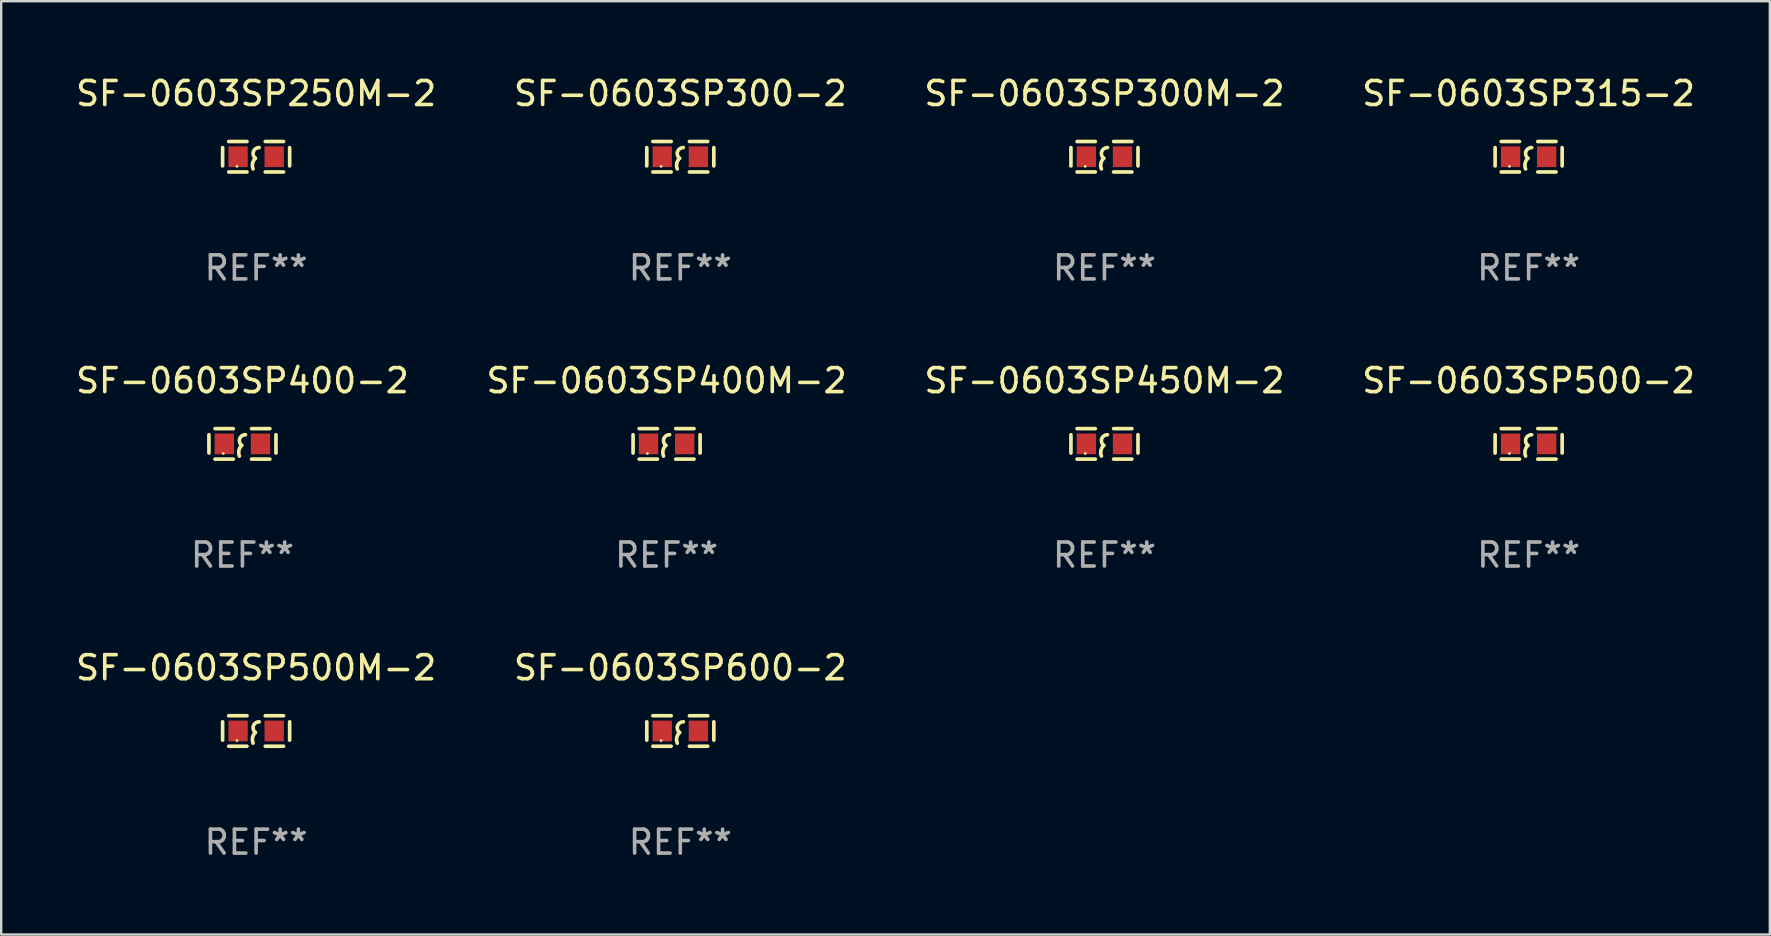
<source format=kicad_pcb>
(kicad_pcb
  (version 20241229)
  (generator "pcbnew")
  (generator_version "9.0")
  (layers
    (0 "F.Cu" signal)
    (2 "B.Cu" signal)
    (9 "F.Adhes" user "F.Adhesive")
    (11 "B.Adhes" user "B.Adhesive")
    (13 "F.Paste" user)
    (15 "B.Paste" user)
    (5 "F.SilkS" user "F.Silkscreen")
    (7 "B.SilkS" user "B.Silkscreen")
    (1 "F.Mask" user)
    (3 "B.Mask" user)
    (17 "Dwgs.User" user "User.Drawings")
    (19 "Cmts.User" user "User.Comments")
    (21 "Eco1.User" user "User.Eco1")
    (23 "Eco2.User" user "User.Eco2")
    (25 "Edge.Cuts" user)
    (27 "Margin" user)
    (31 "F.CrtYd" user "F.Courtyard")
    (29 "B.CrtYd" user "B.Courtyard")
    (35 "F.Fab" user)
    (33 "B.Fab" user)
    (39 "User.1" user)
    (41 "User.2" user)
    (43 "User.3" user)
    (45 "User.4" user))
  (footprint "SF-0603SP315-2"
    (layer "F.Cu")
    (at 60.661 3.483)
    (property "Reference" "SF-0603SP315-2" (at 0 -2.635 0) (layer "F.SilkS") (effects (font (size 1 1) (thickness 0.15))))
    (attr through_hole)
    (fp_line (start -1.397 -0.381) (end -1.397 0.381) (stroke (width 0.152) (type solid)) (layer "F.SilkS"))
    (fp_line (start -0.381 -0.635) (end -1.143 -0.635) (stroke (width 0.152) (type solid)) (layer "F.SilkS"))
    (fp_line (start -0.381 0.635) (end -1.143 0.635) (stroke (width 0.152) (type solid)) (layer "F.SilkS"))
    (fp_line (start 0.381 -0.635) (end 1.143 -0.635) (stroke (width 0.152) (type solid)) (layer "F.SilkS"))
    (fp_line (start 0.381 0.635) (end 1.143 0.635) (stroke (width 0.152) (type solid)) (layer "F.SilkS"))
    (fp_line (start 1.397 -0.381) (end 1.397 0.381) (stroke (width 0.152) (type solid)) (layer "F.SilkS"))
    (fp_arc (start -0.127 0.508001) (mid -0.146523 0.271131) (end -0.030861 0.0635) (stroke (width 0.151994) (type solid)) (layer "F.SilkS"))
    (fp_arc (start -0.03175 0.0635) (mid -0.113571 -0.216321) (end 0.127001 -0.381002) (stroke (width 0.151994) (type solid)) (layer "F.SilkS"))
    (fp_circle (center -0.8 0.4) (end -0.77 0.4) (stroke (width 0.06) (type solid)) (fill no) (layer "F.SilkS"))
    (fp_text user "REF**" (at 0 4.635 0) (layer "F.Fab") (effects (font (size 1 1) (thickness 0.15))))
    (pad "1" smd rect (at -0.753 0) (size 0.806 0.864) (layers "F.Cu" "F.Mask" "F.Paste"))
    (pad "2" smd rect (at 0.753 0) (size 0.806 0.864) (layers "F.Cu" "F.Mask" "F.Paste")))
  (footprint "SF-0603SP600-2"
    (layer "F.Cu")
    (at 25.304 27.416)
    (property "Reference" "SF-0603SP600-2" (at 0 -2.635 0) (layer "F.SilkS") (effects (font (size 1 1) (thickness 0.15))))
    (attr through_hole)
    (fp_line (start -1.397 -0.381) (end -1.397 0.381) (stroke (width 0.152) (type solid)) (layer "F.SilkS"))
    (fp_line (start -0.381 -0.635) (end -1.143 -0.635) (stroke (width 0.152) (type solid)) (layer "F.SilkS"))
    (fp_line (start -0.381 0.635) (end -1.143 0.635) (stroke (width 0.152) (type solid)) (layer "F.SilkS"))
    (fp_line (start 0.381 -0.635) (end 1.143 -0.635) (stroke (width 0.152) (type solid)) (layer "F.SilkS"))
    (fp_line (start 0.381 0.635) (end 1.143 0.635) (stroke (width 0.152) (type solid)) (layer "F.SilkS"))
    (fp_line (start 1.397 -0.381) (end 1.397 0.381) (stroke (width 0.152) (type solid)) (layer "F.SilkS"))
    (fp_arc (start -0.127 0.508001) (mid -0.146523 0.271131) (end -0.030861 0.0635) (stroke (width 0.151994) (type solid)) (layer "F.SilkS"))
    (fp_arc (start -0.03175 0.0635) (mid -0.113571 -0.216321) (end 0.127001 -0.381002) (stroke (width 0.151994) (type solid)) (layer "F.SilkS"))
    (fp_circle (center -0.8 0.4) (end -0.77 0.4) (stroke (width 0.06) (type solid)) (fill no) (layer "F.SilkS"))
    (fp_text user "REF**" (at 0 4.635 0) (layer "F.Fab") (effects (font (size 1 1) (thickness 0.15))))
    (pad "1" smd rect (at -0.753 0) (size 0.806 0.864) (layers "F.Cu" "F.Mask" "F.Paste"))
    (pad "2" smd rect (at 0.753 0) (size 0.806 0.864) (layers "F.Cu" "F.Mask" "F.Paste")))
  (footprint "SF-0603SP400M-2"
    (layer "F.Cu")
    (at 24.732 15.45)
    (property "Reference" "SF-0603SP400M-2" (at 0 -2.635 0) (layer "F.SilkS") (effects (font (size 1 1) (thickness 0.15))))
    (attr through_hole)
    (fp_line (start -1.397 -0.381) (end -1.397 0.381) (stroke (width 0.152) (type solid)) (layer "F.SilkS"))
    (fp_line (start -0.381 -0.635) (end -1.143 -0.635) (stroke (width 0.152) (type solid)) (layer "F.SilkS"))
    (fp_line (start -0.381 0.635) (end -1.143 0.635) (stroke (width 0.152) (type solid)) (layer "F.SilkS"))
    (fp_line (start 0.381 -0.635) (end 1.143 -0.635) (stroke (width 0.152) (type solid)) (layer "F.SilkS"))
    (fp_line (start 0.381 0.635) (end 1.143 0.635) (stroke (width 0.152) (type solid)) (layer "F.SilkS"))
    (fp_line (start 1.397 -0.381) (end 1.397 0.381) (stroke (width 0.152) (type solid)) (layer "F.SilkS"))
    (fp_arc (start -0.127 0.508001) (mid -0.146523 0.271131) (end -0.030861 0.0635) (stroke (width 0.151994) (type solid)) (layer "F.SilkS"))
    (fp_arc (start -0.03175 0.0635) (mid -0.113571 -0.216321) (end 0.127001 -0.381002) (stroke (width 0.151994) (type solid)) (layer "F.SilkS"))
    (fp_circle (center -0.8 0.4) (end -0.77 0.4) (stroke (width 0.06) (type solid)) (fill no) (layer "F.SilkS"))
    (fp_text user "REF**" (at 0 4.635 0) (layer "F.Fab") (effects (font (size 1 1) (thickness 0.15))))
    (pad "1" smd rect (at -0.753 0) (size 0.806 0.864) (layers "F.Cu" "F.Mask" "F.Paste"))
    (pad "2" smd rect (at 0.753 0) (size 0.806 0.864) (layers "F.Cu" "F.Mask" "F.Paste")))
  (footprint "SF-0603SP450M-2"
    (layer "F.Cu")
    (at 42.982 15.45)
    (property "Reference" "SF-0603SP450M-2" (at 0 -2.635 0) (layer "F.SilkS") (effects (font (size 1 1) (thickness 0.15))))
    (attr through_hole)
    (fp_line (start -1.397 -0.381) (end -1.397 0.381) (stroke (width 0.152) (type solid)) (layer "F.SilkS"))
    (fp_line (start -0.381 -0.635) (end -1.143 -0.635) (stroke (width 0.152) (type solid)) (layer "F.SilkS"))
    (fp_line (start -0.381 0.635) (end -1.143 0.635) (stroke (width 0.152) (type solid)) (layer "F.SilkS"))
    (fp_line (start 0.381 -0.635) (end 1.143 -0.635) (stroke (width 0.152) (type solid)) (layer "F.SilkS"))
    (fp_line (start 0.381 0.635) (end 1.143 0.635) (stroke (width 0.152) (type solid)) (layer "F.SilkS"))
    (fp_line (start 1.397 -0.381) (end 1.397 0.381) (stroke (width 0.152) (type solid)) (layer "F.SilkS"))
    (fp_arc (start -0.127 0.508001) (mid -0.146523 0.271131) (end -0.030861 0.0635) (stroke (width 0.151994) (type solid)) (layer "F.SilkS"))
    (fp_arc (start -0.03175 0.0635) (mid -0.113571 -0.216321) (end 0.127001 -0.381002) (stroke (width 0.151994) (type solid)) (layer "F.SilkS"))
    (fp_circle (center -0.8 0.4) (end -0.77 0.4) (stroke (width 0.06) (type solid)) (fill no) (layer "F.SilkS"))
    (fp_text user "REF**" (at 0 4.635 0) (layer "F.Fab") (effects (font (size 1 1) (thickness 0.15))))
    (pad "1" smd rect (at -0.753 0) (size 0.806 0.864) (layers "F.Cu" "F.Mask" "F.Paste"))
    (pad "2" smd rect (at 0.753 0) (size 0.806 0.864) (layers "F.Cu" "F.Mask" "F.Paste")))
  (footprint "SF-0603SP300-2"
    (layer "F.Cu")
    (at 25.304 3.483)
    (property "Reference" "SF-0603SP300-2" (at 0 -2.635 0) (layer "F.SilkS") (effects (font (size 1 1) (thickness 0.15))))
    (attr through_hole)
    (fp_line (start -1.397 -0.381) (end -1.397 0.381) (stroke (width 0.152) (type solid)) (layer "F.SilkS"))
    (fp_line (start -0.381 -0.635) (end -1.143 -0.635) (stroke (width 0.152) (type solid)) (layer "F.SilkS"))
    (fp_line (start -0.381 0.635) (end -1.143 0.635) (stroke (width 0.152) (type solid)) (layer "F.SilkS"))
    (fp_line (start 0.381 -0.635) (end 1.143 -0.635) (stroke (width 0.152) (type solid)) (layer "F.SilkS"))
    (fp_line (start 0.381 0.635) (end 1.143 0.635) (stroke (width 0.152) (type solid)) (layer "F.SilkS"))
    (fp_line (start 1.397 -0.381) (end 1.397 0.381) (stroke (width 0.152) (type solid)) (layer "F.SilkS"))
    (fp_arc (start -0.127 0.508001) (mid -0.146523 0.271131) (end -0.030861 0.0635) (stroke (width 0.151994) (type solid)) (layer "F.SilkS"))
    (fp_arc (start -0.03175 0.0635) (mid -0.113571 -0.216321) (end 0.127001 -0.381002) (stroke (width 0.151994) (type solid)) (layer "F.SilkS"))
    (fp_circle (center -0.8 0.4) (end -0.77 0.4) (stroke (width 0.06) (type solid)) (fill no) (layer "F.SilkS"))
    (fp_text user "REF**" (at 0 4.635 0) (layer "F.Fab") (effects (font (size 1 1) (thickness 0.15))))
    (pad "1" smd rect (at -0.753 0) (size 0.806 0.864) (layers "F.Cu" "F.Mask" "F.Paste"))
    (pad "2" smd rect (at 0.753 0) (size 0.806 0.864) (layers "F.Cu" "F.Mask" "F.Paste")))
  (footprint "SF-0603SP400-2"
    (layer "F.Cu")
    (at 7.054 15.45)
    (property "Reference" "SF-0603SP400-2" (at 0 -2.635 0) (layer "F.SilkS") (effects (font (size 1 1) (thickness 0.15))))
    (attr through_hole)
    (fp_line (start -1.397 -0.381) (end -1.397 0.381) (stroke (width 0.152) (type solid)) (layer "F.SilkS"))
    (fp_line (start -0.381 -0.635) (end -1.143 -0.635) (stroke (width 0.152) (type solid)) (layer "F.SilkS"))
    (fp_line (start -0.381 0.635) (end -1.143 0.635) (stroke (width 0.152) (type solid)) (layer "F.SilkS"))
    (fp_line (start 0.381 -0.635) (end 1.143 -0.635) (stroke (width 0.152) (type solid)) (layer "F.SilkS"))
    (fp_line (start 0.381 0.635) (end 1.143 0.635) (stroke (width 0.152) (type solid)) (layer "F.SilkS"))
    (fp_line (start 1.397 -0.381) (end 1.397 0.381) (stroke (width 0.152) (type solid)) (layer "F.SilkS"))
    (fp_arc (start -0.127 0.508001) (mid -0.146523 0.271131) (end -0.030861 0.0635) (stroke (width 0.151994) (type solid)) (layer "F.SilkS"))
    (fp_arc (start -0.03175 0.0635) (mid -0.113571 -0.216321) (end 0.127001 -0.381002) (stroke (width 0.151994) (type solid)) (layer "F.SilkS"))
    (fp_circle (center -0.8 0.4) (end -0.77 0.4) (stroke (width 0.06) (type solid)) (fill no) (layer "F.SilkS"))
    (fp_text user "REF**" (at 0 4.635 0) (layer "F.Fab") (effects (font (size 1 1) (thickness 0.15))))
    (pad "1" smd rect (at -0.753 0) (size 0.806 0.864) (layers "F.Cu" "F.Mask" "F.Paste"))
    (pad "2" smd rect (at 0.753 0) (size 0.806 0.864) (layers "F.Cu" "F.Mask" "F.Paste")))
  (footprint "SF-0603SP300M-2"
    (layer "F.Cu")
    (at 42.982 3.483)
    (property "Reference" "SF-0603SP300M-2" (at 0 -2.635 0) (layer "F.SilkS") (effects (font (size 1 1) (thickness 0.15))))
    (attr through_hole)
    (fp_line (start -1.397 -0.381) (end -1.397 0.381) (stroke (width 0.152) (type solid)) (layer "F.SilkS"))
    (fp_line (start -0.381 -0.635) (end -1.143 -0.635) (stroke (width 0.152) (type solid)) (layer "F.SilkS"))
    (fp_line (start -0.381 0.635) (end -1.143 0.635) (stroke (width 0.152) (type solid)) (layer "F.SilkS"))
    (fp_line (start 0.381 -0.635) (end 1.143 -0.635) (stroke (width 0.152) (type solid)) (layer "F.SilkS"))
    (fp_line (start 0.381 0.635) (end 1.143 0.635) (stroke (width 0.152) (type solid)) (layer "F.SilkS"))
    (fp_line (start 1.397 -0.381) (end 1.397 0.381) (stroke (width 0.152) (type solid)) (layer "F.SilkS"))
    (fp_arc (start -0.127 0.508001) (mid -0.146523 0.271131) (end -0.030861 0.0635) (stroke (width 0.151994) (type solid)) (layer "F.SilkS"))
    (fp_arc (start -0.03175 0.0635) (mid -0.113571 -0.216321) (end 0.127001 -0.381002) (stroke (width 0.151994) (type solid)) (layer "F.SilkS"))
    (fp_circle (center -0.8 0.4) (end -0.77 0.4) (stroke (width 0.06) (type solid)) (fill no) (layer "F.SilkS"))
    (fp_text user "REF**" (at 0 4.635 0) (layer "F.Fab") (effects (font (size 1 1) (thickness 0.15))))
    (pad "1" smd rect (at -0.753 0) (size 0.806 0.864) (layers "F.Cu" "F.Mask" "F.Paste"))
    (pad "2" smd rect (at 0.753 0) (size 0.806 0.864) (layers "F.Cu" "F.Mask" "F.Paste")))
  (footprint "SF-0603SP500-2"
    (layer "F.Cu")
    (at 60.661 15.45)
    (property "Reference" "SF-0603SP500-2" (at 0 -2.635 0) (layer "F.SilkS") (effects (font (size 1 1) (thickness 0.15))))
    (attr through_hole)
    (fp_line (start -1.397 -0.381) (end -1.397 0.381) (stroke (width 0.152) (type solid)) (layer "F.SilkS"))
    (fp_line (start -0.381 -0.635) (end -1.143 -0.635) (stroke (width 0.152) (type solid)) (layer "F.SilkS"))
    (fp_line (start -0.381 0.635) (end -1.143 0.635) (stroke (width 0.152) (type solid)) (layer "F.SilkS"))
    (fp_line (start 0.381 -0.635) (end 1.143 -0.635) (stroke (width 0.152) (type solid)) (layer "F.SilkS"))
    (fp_line (start 0.381 0.635) (end 1.143 0.635) (stroke (width 0.152) (type solid)) (layer "F.SilkS"))
    (fp_line (start 1.397 -0.381) (end 1.397 0.381) (stroke (width 0.152) (type solid)) (layer "F.SilkS"))
    (fp_arc (start -0.127 0.508001) (mid -0.146523 0.271131) (end -0.030861 0.0635) (stroke (width 0.151994) (type solid)) (layer "F.SilkS"))
    (fp_arc (start -0.03175 0.0635) (mid -0.113571 -0.216321) (end 0.127001 -0.381002) (stroke (width 0.151994) (type solid)) (layer "F.SilkS"))
    (fp_circle (center -0.8 0.4) (end -0.77 0.4) (stroke (width 0.06) (type solid)) (fill no) (layer "F.SilkS"))
    (fp_text user "REF**" (at 0 4.635 0) (layer "F.Fab") (effects (font (size 1 1) (thickness 0.15))))
    (pad "1" smd rect (at -0.753 0) (size 0.806 0.864) (layers "F.Cu" "F.Mask" "F.Paste"))
    (pad "2" smd rect (at 0.753 0) (size 0.806 0.864) (layers "F.Cu" "F.Mask" "F.Paste")))
  (footprint "SF-0603SP250M-2"
    (layer "F.Cu")
    (at 7.625 3.483)
    (property "Reference" "SF-0603SP250M-2" (at 0 -2.635 0) (layer "F.SilkS") (effects (font (size 1 1) (thickness 0.15))))
    (attr through_hole)
    (fp_line (start -1.397 -0.381) (end -1.397 0.381) (stroke (width 0.152) (type solid)) (layer "F.SilkS"))
    (fp_line (start -0.381 -0.635) (end -1.143 -0.635) (stroke (width 0.152) (type solid)) (layer "F.SilkS"))
    (fp_line (start -0.381 0.635) (end -1.143 0.635) (stroke (width 0.152) (type solid)) (layer "F.SilkS"))
    (fp_line (start 0.381 -0.635) (end 1.143 -0.635) (stroke (width 0.152) (type solid)) (layer "F.SilkS"))
    (fp_line (start 0.381 0.635) (end 1.143 0.635) (stroke (width 0.152) (type solid)) (layer "F.SilkS"))
    (fp_line (start 1.397 -0.381) (end 1.397 0.381) (stroke (width 0.152) (type solid)) (layer "F.SilkS"))
    (fp_arc (start -0.127 0.508001) (mid -0.146523 0.271131) (end -0.030861 0.0635) (stroke (width 0.151994) (type solid)) (layer "F.SilkS"))
    (fp_arc (start -0.03175 0.0635) (mid -0.113571 -0.216321) (end 0.127001 -0.381002) (stroke (width 0.151994) (type solid)) (layer "F.SilkS"))
    (fp_circle (center -0.8 0.4) (end -0.77 0.4) (stroke (width 0.06) (type solid)) (fill no) (layer "F.SilkS"))
    (fp_text user "REF**" (at 0 4.635 0) (layer "F.Fab") (effects (font (size 1 1) (thickness 0.15))))
    (pad "1" smd rect (at -0.753 0) (size 0.806 0.864) (layers "F.Cu" "F.Mask" "F.Paste"))
    (pad "2" smd rect (at 0.753 0) (size 0.806 0.864) (layers "F.Cu" "F.Mask" "F.Paste")))
  (footprint "SF-0603SP500M-2"
    (layer "F.Cu")
    (at 7.625 27.416)
    (property "Reference" "SF-0603SP500M-2" (at 0 -2.635 0) (layer "F.SilkS") (effects (font (size 1 1) (thickness 0.15))))
    (attr through_hole)
    (fp_line (start -1.397 -0.381) (end -1.397 0.381) (stroke (width 0.152) (type solid)) (layer "F.SilkS"))
    (fp_line (start -0.381 -0.635) (end -1.143 -0.635) (stroke (width 0.152) (type solid)) (layer "F.SilkS"))
    (fp_line (start -0.381 0.635) (end -1.143 0.635) (stroke (width 0.152) (type solid)) (layer "F.SilkS"))
    (fp_line (start 0.381 -0.635) (end 1.143 -0.635) (stroke (width 0.152) (type solid)) (layer "F.SilkS"))
    (fp_line (start 0.381 0.635) (end 1.143 0.635) (stroke (width 0.152) (type solid)) (layer "F.SilkS"))
    (fp_line (start 1.397 -0.381) (end 1.397 0.381) (stroke (width 0.152) (type solid)) (layer "F.SilkS"))
    (fp_arc (start -0.127 0.508001) (mid -0.146523 0.271131) (end -0.030861 0.0635) (stroke (width 0.151994) (type solid)) (layer "F.SilkS"))
    (fp_arc (start -0.03175 0.0635) (mid -0.113571 -0.216321) (end 0.127001 -0.381002) (stroke (width 0.151994) (type solid)) (layer "F.SilkS"))
    (fp_circle (center -0.8 0.4) (end -0.77 0.4) (stroke (width 0.06) (type solid)) (fill no) (layer "F.SilkS"))
    (fp_text user "REF**" (at 0 4.635 0) (layer "F.Fab") (effects (font (size 1 1) (thickness 0.15))))
    (pad "1" smd rect (at -0.753 0) (size 0.806 0.864) (layers "F.Cu" "F.Mask" "F.Paste"))
    (pad "2" smd rect (at 0.753 0) (size 0.806 0.864) (layers "F.Cu" "F.Mask" "F.Paste")))
  (gr_rect
    (start -3 -3)
    (end 70.714 35.9)
    (stroke (width 0.1) (type default))
    (fill no)
    (layer "Edge.Cuts")))
</source>
